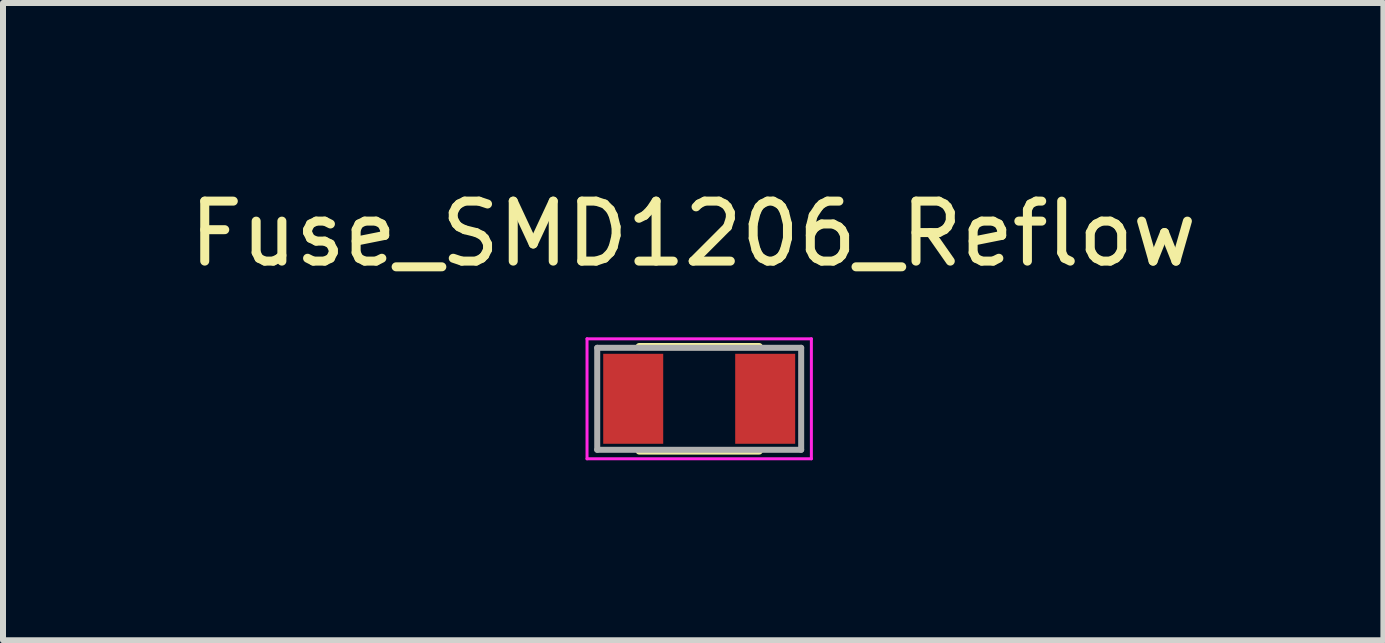
<source format=kicad_pcb>
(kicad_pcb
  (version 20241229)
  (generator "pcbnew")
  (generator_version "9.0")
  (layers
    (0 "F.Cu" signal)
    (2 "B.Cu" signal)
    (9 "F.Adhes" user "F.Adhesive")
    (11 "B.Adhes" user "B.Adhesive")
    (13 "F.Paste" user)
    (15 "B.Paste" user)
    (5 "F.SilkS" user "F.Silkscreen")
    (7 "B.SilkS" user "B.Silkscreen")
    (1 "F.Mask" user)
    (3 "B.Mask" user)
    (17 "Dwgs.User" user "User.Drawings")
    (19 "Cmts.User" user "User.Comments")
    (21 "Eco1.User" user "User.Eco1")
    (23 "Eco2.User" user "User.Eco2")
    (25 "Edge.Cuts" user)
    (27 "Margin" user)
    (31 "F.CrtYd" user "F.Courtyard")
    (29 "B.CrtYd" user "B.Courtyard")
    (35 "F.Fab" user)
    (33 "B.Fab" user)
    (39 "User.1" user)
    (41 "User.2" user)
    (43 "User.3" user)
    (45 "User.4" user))
  (footprint "Fuse_SMD1206_Reflow"
    (layer "F.Cu")
    (at 8.606 3.598)
    (property "Reference" "Fuse_SMD1206_Reflow" (at -0.1 -2.75 0) (layer "F.SilkS") (effects (font (size 1 1) (thickness 0.15))))
    (attr smd)
    (fp_line (start -1 -0.87) (end 1 -0.87) (stroke (width 0.12) (type solid)) (layer "F.SilkS"))
    (fp_line (start 1 0.87) (end -1 0.87) (stroke (width 0.12) (type solid)) (layer "F.SilkS"))
    (fp_line (start -1.87 -1) (end -1.87 1) (stroke (width 0.05) (type solid)) (layer "F.CrtYd"))
    (fp_line (start -1.87 -1) (end 1.87 -1) (stroke (width 0.05) (type solid)) (layer "F.CrtYd"))
    (fp_line (start 1.87 1) (end -1.87 1) (stroke (width 0.05) (type solid)) (layer "F.CrtYd"))
    (fp_line (start 1.87 1) (end 1.87 -1) (stroke (width 0.05) (type solid)) (layer "F.CrtYd"))
    (fp_line (start -1.7 -0.85) (end 1.7 -0.85) (stroke (width 0.1) (type solid)) (layer "F.Fab"))
    (fp_line (start -1.7 0.85) (end -1.7 -0.85) (stroke (width 0.1) (type solid)) (layer "F.Fab"))
    (fp_line (start 1.7 -0.85) (end 1.7 0.85) (stroke (width 0.1) (type solid)) (layer "F.Fab"))
    (fp_line (start 1.7 0.85) (end -1.7 0.85) (stroke (width 0.1) (type solid)) (layer "F.Fab"))
    (pad "1" smd rect (at -1.1 0 90) (size 1.5 1) (layers "F.Cu" "F.Mask" "F.Paste"))
    (pad "2" smd rect (at 1.1 0 90) (size 1.5 1) (layers "F.Cu" "F.Mask" "F.Paste")))
  (gr_rect
    (start -3 -3)
    (end 20.012 7.623)
    (stroke (width 0.1) (type default))
    (fill no)
    (layer "Edge.Cuts")))
</source>
